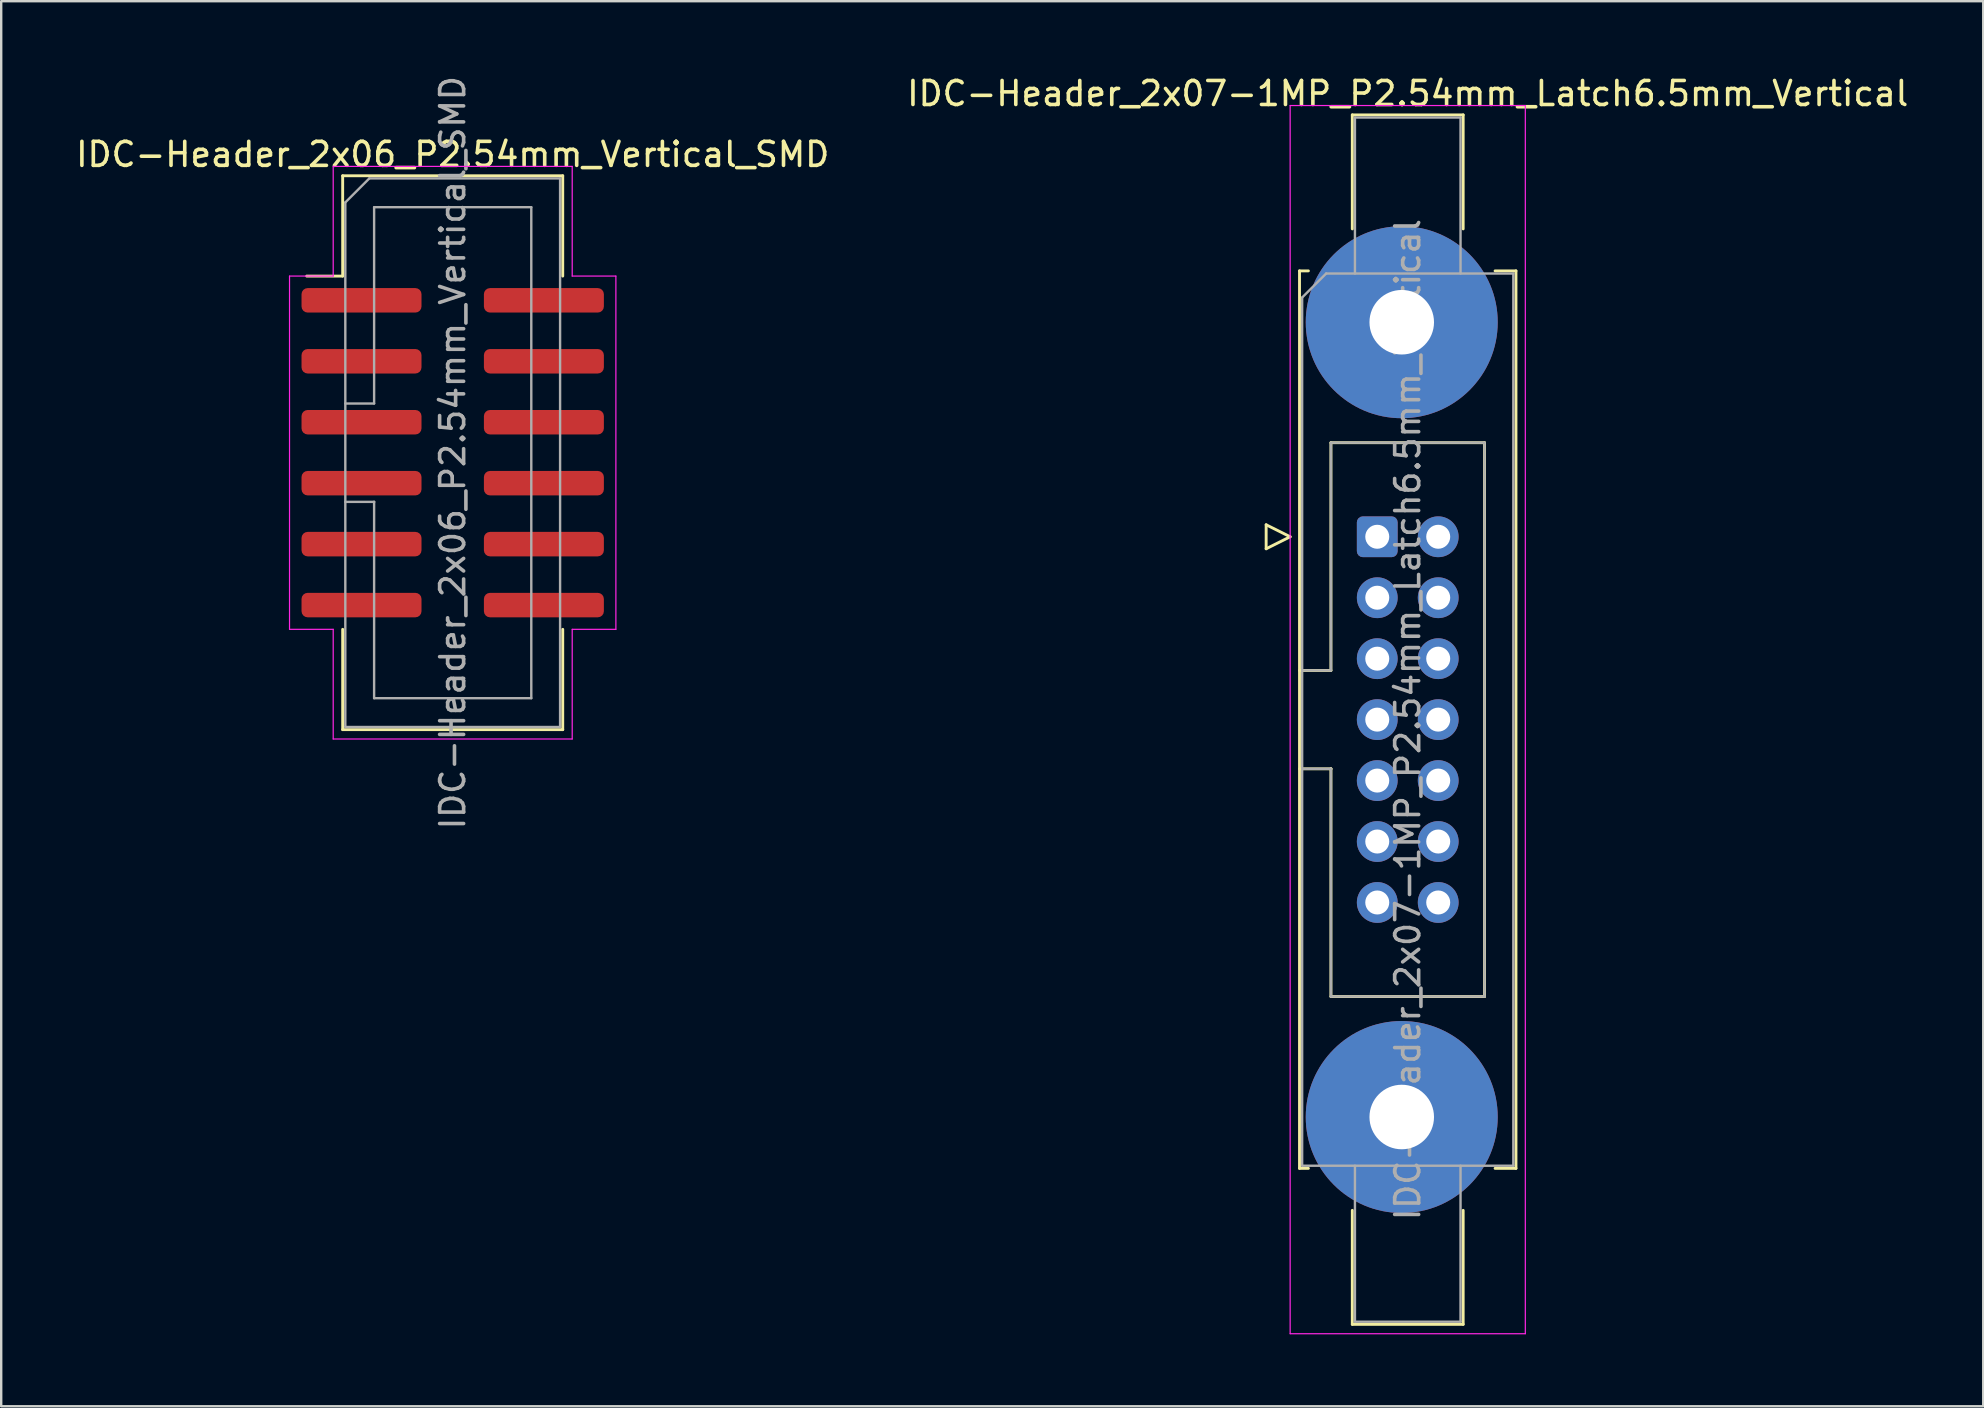
<source format=kicad_pcb>
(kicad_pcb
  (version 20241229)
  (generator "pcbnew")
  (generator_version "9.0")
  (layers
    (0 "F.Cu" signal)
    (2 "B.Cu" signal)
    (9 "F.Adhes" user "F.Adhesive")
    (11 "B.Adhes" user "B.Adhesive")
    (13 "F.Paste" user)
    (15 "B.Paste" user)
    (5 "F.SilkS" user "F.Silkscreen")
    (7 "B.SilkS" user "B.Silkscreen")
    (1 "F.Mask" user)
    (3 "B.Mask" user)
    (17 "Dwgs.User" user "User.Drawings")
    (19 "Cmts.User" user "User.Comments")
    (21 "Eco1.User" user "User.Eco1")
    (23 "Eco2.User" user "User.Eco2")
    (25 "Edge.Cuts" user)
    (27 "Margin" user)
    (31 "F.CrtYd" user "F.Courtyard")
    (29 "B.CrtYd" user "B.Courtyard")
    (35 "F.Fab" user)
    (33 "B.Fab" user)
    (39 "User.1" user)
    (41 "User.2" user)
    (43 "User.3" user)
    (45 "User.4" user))
  (footprint "IDC-Header_2x06_P2.54mm_Vertical_SMD"
    (layer "F.Cu")
    (at 15.815 15.815)
    (property "Reference" "IDC-Header_2x06_P2.54mm_Vertical_SMD" (at 0 -12.43 0) (layer "F.SilkS") (effects (font (size 1 1) (thickness 0.15))))
    (attr smd)
    (fp_line (start -4.585 -11.54) (end 4.585 -11.54) (stroke (width 0.12) (type solid)) (layer "F.SilkS"))
    (fp_line (start -4.585 -7.36) (end -6.085 -7.36) (stroke (width 0.12) (type solid)) (layer "F.SilkS"))
    (fp_line (start -4.585 -7.36) (end -4.585 -11.54) (stroke (width 0.12) (type solid)) (layer "F.SilkS"))
    (fp_line (start -4.585 7.36) (end -4.585 11.54) (stroke (width 0.12) (type solid)) (layer "F.SilkS"))
    (fp_line (start -4.585 11.54) (end 4.585 11.54) (stroke (width 0.12) (type solid)) (layer "F.SilkS"))
    (fp_line (start 4.585 -11.54) (end 4.585 -7.36) (stroke (width 0.12) (type solid)) (layer "F.SilkS"))
    (fp_line (start 4.585 11.54) (end 4.585 7.36) (stroke (width 0.12) (type solid)) (layer "F.SilkS"))
    (fp_line (start -6.8 -7.36) (end -6.8 7.36) (stroke (width 0.05) (type solid)) (layer "F.CrtYd"))
    (fp_line (start -6.8 7.36) (end -4.98 7.36) (stroke (width 0.05) (type solid)) (layer "F.CrtYd"))
    (fp_line (start -4.98 -11.93) (end -4.98 -7.36) (stroke (width 0.05) (type solid)) (layer "F.CrtYd"))
    (fp_line (start -4.98 -7.36) (end -6.8 -7.36) (stroke (width 0.05) (type solid)) (layer "F.CrtYd"))
    (fp_line (start -4.98 7.36) (end -4.98 11.93) (stroke (width 0.05) (type solid)) (layer "F.CrtYd"))
    (fp_line (start -4.98 11.93) (end 4.98 11.93) (stroke (width 0.05) (type solid)) (layer "F.CrtYd"))
    (fp_line (start 4.98 -11.93) (end -4.98 -11.93) (stroke (width 0.05) (type solid)) (layer "F.CrtYd"))
    (fp_line (start 4.98 -7.36) (end 4.98 -11.93) (stroke (width 0.05) (type solid)) (layer "F.CrtYd"))
    (fp_line (start 4.98 7.36) (end 6.8 7.36) (stroke (width 0.05) (type solid)) (layer "F.CrtYd"))
    (fp_line (start 4.98 11.93) (end 4.98 7.36) (stroke (width 0.05) (type solid)) (layer "F.CrtYd"))
    (fp_line (start 6.8 -7.36) (end 4.98 -7.36) (stroke (width 0.05) (type solid)) (layer "F.CrtYd"))
    (fp_line (start 6.8 7.36) (end 6.8 -7.36) (stroke (width 0.05) (type solid)) (layer "F.CrtYd"))
    (fp_line (start -4.475 -10.43) (end -3.475 -11.43) (stroke (width 0.1) (type solid)) (layer "F.Fab"))
    (fp_line (start -4.475 -2.05) (end -3.275 -2.05) (stroke (width 0.1) (type solid)) (layer "F.Fab"))
    (fp_line (start -4.475 11.43) (end -4.475 -10.43) (stroke (width 0.1) (type solid)) (layer "F.Fab"))
    (fp_line (start -3.475 -11.43) (end 4.475 -11.43) (stroke (width 0.1) (type solid)) (layer "F.Fab"))
    (fp_line (start -3.275 -10.23) (end 3.275 -10.23) (stroke (width 0.1) (type solid)) (layer "F.Fab"))
    (fp_line (start -3.275 -2.05) (end -3.275 -10.23) (stroke (width 0.1) (type solid)) (layer "F.Fab"))
    (fp_line (start -3.275 2.05) (end -4.475 2.05) (stroke (width 0.1) (type solid)) (layer "F.Fab"))
    (fp_line (start -3.275 2.05) (end -3.275 2.05) (stroke (width 0.1) (type solid)) (layer "F.Fab"))
    (fp_line (start -3.275 10.23) (end -3.275 2.05) (stroke (width 0.1) (type solid)) (layer "F.Fab"))
    (fp_line (start 3.275 -10.23) (end 3.275 10.23) (stroke (width 0.1) (type solid)) (layer "F.Fab"))
    (fp_line (start 3.275 10.23) (end -3.275 10.23) (stroke (width 0.1) (type solid)) (layer "F.Fab"))
    (fp_line (start 4.475 -11.43) (end 4.475 11.43) (stroke (width 0.1) (type solid)) (layer "F.Fab"))
    (fp_line (start 4.475 11.43) (end -4.475 11.43) (stroke (width 0.1) (type solid)) (layer "F.Fab"))
    (fp_text user "${REFERENCE}" (at 0 0 90) (layer "F.Fab") (effects (font (size 1 1) (thickness 0.15))))
    (pad "1" smd roundrect (at -3.8 -6.35) (size 5 1.02) (layers "F.Cu" "F.Mask" "F.Paste") (roundrect_rratio 0.25))
    (pad "2" smd roundrect (at 3.8 -6.35) (size 5 1.02) (layers "F.Cu" "F.Mask" "F.Paste") (roundrect_rratio 0.25))
    (pad "3" smd roundrect (at -3.8 -3.81) (size 5 1.02) (layers "F.Cu" "F.Mask" "F.Paste") (roundrect_rratio 0.25))
    (pad "4" smd roundrect (at 3.8 -3.81) (size 5 1.02) (layers "F.Cu" "F.Mask" "F.Paste") (roundrect_rratio 0.25))
    (pad "5" smd roundrect (at -3.8 -1.27) (size 5 1.02) (layers "F.Cu" "F.Mask" "F.Paste") (roundrect_rratio 0.25))
    (pad "6" smd roundrect (at 3.8 -1.27) (size 5 1.02) (layers "F.Cu" "F.Mask" "F.Paste") (roundrect_rratio 0.25))
    (pad "7" smd roundrect (at -3.8 1.27) (size 5 1.02) (layers "F.Cu" "F.Mask" "F.Paste") (roundrect_rratio 0.25))
    (pad "8" smd roundrect (at 3.8 1.27) (size 5 1.02) (layers "F.Cu" "F.Mask" "F.Paste") (roundrect_rratio 0.25))
    (pad "9" smd roundrect (at -3.8 3.81) (size 5 1.02) (layers "F.Cu" "F.Mask" "F.Paste") (roundrect_rratio 0.25))
    (pad "10" smd roundrect (at 3.8 3.81) (size 5 1.02) (layers "F.Cu" "F.Mask" "F.Paste") (roundrect_rratio 0.25))
    (pad "11" smd roundrect (at -3.8 6.35) (size 5 1.02) (layers "F.Cu" "F.Mask" "F.Paste") (roundrect_rratio 0.25))
    (pad "12" smd roundrect (at 3.8 6.35) (size 5 1.02) (layers "F.Cu" "F.Mask" "F.Paste") (roundrect_rratio 0.25)))
  (footprint "IDC-Header_2x07-1MP_P2.54mm_Latch6.5mm_Vertical"
    (layer "F.Cu")
    (at 54.343 19.318)
    (property "Reference" "IDC-Header_2x07-1MP_P2.54mm_Latch6.5mm_Vertical" (at 1.27 -18.47 0) (layer "F.SilkS") (effects (font (size 1 1) (thickness 0.15))))
    (attr through_hole)
    (fp_line (start -4.63 -0.5) (end -4.63 0.5) (stroke (width 0.12) (type solid)) (layer "F.SilkS"))
    (fp_line (start -4.63 0.5) (end -3.63 0) (stroke (width 0.12) (type solid)) (layer "F.SilkS"))
    (fp_line (start -3.63 0) (end -4.63 -0.5) (stroke (width 0.12) (type solid)) (layer "F.SilkS"))
    (fp_line (start -3.24 -11.08) (end -3.24 26.32) (stroke (width 0.12) (type solid)) (layer "F.SilkS"))
    (fp_line (start -3.24 5.57) (end -1.93 5.57) (stroke (width 0.12) (type solid)) (layer "F.SilkS"))
    (fp_line (start -3.24 26.32) (end -2.87 26.32) (stroke (width 0.12) (type solid)) (layer "F.SilkS"))
    (fp_line (start -2.87 -11.08) (end -3.24 -11.08) (stroke (width 0.12) (type solid)) (layer "F.SilkS"))
    (fp_line (start -1.93 -3.92) (end 4.47 -3.92) (stroke (width 0.12) (type solid)) (layer "F.SilkS"))
    (fp_line (start -1.93 5.57) (end -1.93 -3.92) (stroke (width 0.12) (type solid)) (layer "F.SilkS"))
    (fp_line (start -1.93 9.67) (end -3.24 9.67) (stroke (width 0.12) (type solid)) (layer "F.SilkS"))
    (fp_line (start -1.93 9.67) (end -1.93 9.67) (stroke (width 0.12) (type solid)) (layer "F.SilkS"))
    (fp_line (start -1.93 19.16) (end -1.93 9.67) (stroke (width 0.12) (type solid)) (layer "F.SilkS"))
    (fp_line (start -1.04 -17.58) (end 3.58 -17.58) (stroke (width 0.12) (type solid)) (layer "F.SilkS"))
    (fp_line (start -1.04 -12.83) (end -1.04 -17.58) (stroke (width 0.12) (type solid)) (layer "F.SilkS"))
    (fp_line (start -1.04 28.07) (end -1.04 32.82) (stroke (width 0.12) (type solid)) (layer "F.SilkS"))
    (fp_line (start -1.04 32.82) (end 3.58 32.82) (stroke (width 0.12) (type solid)) (layer "F.SilkS"))
    (fp_line (start 3.58 -17.58) (end 3.58 -12.83) (stroke (width 0.12) (type solid)) (layer "F.SilkS"))
    (fp_line (start 3.58 32.82) (end 3.58 28.07) (stroke (width 0.12) (type solid)) (layer "F.SilkS"))
    (fp_line (start 4.47 -3.92) (end 4.47 19.16) (stroke (width 0.12) (type solid)) (layer "F.SilkS"))
    (fp_line (start 4.47 19.16) (end -1.93 19.16) (stroke (width 0.12) (type solid)) (layer "F.SilkS"))
    (fp_line (start 4.91 -11.08) (end 5.78 -11.08) (stroke (width 0.12) (type solid)) (layer "F.SilkS"))
    (fp_line (start 5.78 -11.08) (end 5.78 26.32) (stroke (width 0.12) (type solid)) (layer "F.SilkS"))
    (fp_line (start 5.78 26.32) (end 4.91 26.32) (stroke (width 0.12) (type solid)) (layer "F.SilkS"))
    (fp_line (start -3.63 -17.97) (end -3.63 33.21) (stroke (width 0.05) (type solid)) (layer "F.CrtYd"))
    (fp_line (start -3.63 33.21) (end 6.17 33.21) (stroke (width 0.05) (type solid)) (layer "F.CrtYd"))
    (fp_line (start 6.17 -17.97) (end -3.63 -17.97) (stroke (width 0.05) (type solid)) (layer "F.CrtYd"))
    (fp_line (start 6.17 33.21) (end 6.17 -17.97) (stroke (width 0.05) (type solid)) (layer "F.CrtYd"))
    (fp_line (start -3.13 -9.97) (end -2.13 -10.97) (stroke (width 0.1) (type solid)) (layer "F.Fab"))
    (fp_line (start -3.13 5.57) (end -1.93 5.57) (stroke (width 0.1) (type solid)) (layer "F.Fab"))
    (fp_line (start -3.13 26.21) (end -3.13 -9.97) (stroke (width 0.1) (type solid)) (layer "F.Fab"))
    (fp_line (start -2.13 -10.97) (end 5.67 -10.97) (stroke (width 0.1) (type solid)) (layer "F.Fab"))
    (fp_line (start -1.93 -3.92) (end 4.47 -3.92) (stroke (width 0.1) (type solid)) (layer "F.Fab"))
    (fp_line (start -1.93 5.57) (end -1.93 -3.92) (stroke (width 0.1) (type solid)) (layer "F.Fab"))
    (fp_line (start -1.93 9.67) (end -3.13 9.67) (stroke (width 0.1) (type solid)) (layer "F.Fab"))
    (fp_line (start -1.93 9.67) (end -1.93 9.67) (stroke (width 0.1) (type solid)) (layer "F.Fab"))
    (fp_line (start -1.93 19.16) (end -1.93 9.67) (stroke (width 0.1) (type solid)) (layer "F.Fab"))
    (fp_line (start -0.93 -17.47) (end 3.47 -17.47) (stroke (width 0.1) (type solid)) (layer "F.Fab"))
    (fp_line (start -0.93 -10.97) (end -0.93 -17.47) (stroke (width 0.1) (type solid)) (layer "F.Fab"))
    (fp_line (start -0.93 26.21) (end -0.93 32.71) (stroke (width 0.1) (type solid)) (layer "F.Fab"))
    (fp_line (start -0.93 32.71) (end 3.47 32.71) (stroke (width 0.1) (type solid)) (layer "F.Fab"))
    (fp_line (start 3.47 -17.47) (end 3.47 -10.97) (stroke (width 0.1) (type solid)) (layer "F.Fab"))
    (fp_line (start 3.47 32.71) (end 3.47 26.21) (stroke (width 0.1) (type solid)) (layer "F.Fab"))
    (fp_line (start 4.47 -3.92) (end 4.47 19.16) (stroke (width 0.1) (type solid)) (layer "F.Fab"))
    (fp_line (start 4.47 19.16) (end -1.93 19.16) (stroke (width 0.1) (type solid)) (layer "F.Fab"))
    (fp_line (start 5.67 -10.97) (end 5.67 26.21) (stroke (width 0.1) (type solid)) (layer "F.Fab"))
    (fp_line (start 5.67 26.21) (end -3.13 26.21) (stroke (width 0.1) (type solid)) (layer "F.Fab"))
    (fp_text user "${REFERENCE}" (at 1.27 7.62 90) (layer "F.Fab") (effects (font (size 1 1) (thickness 0.15))))
    (pad "1" thru_hole roundrect (at 0 0) (size 1.7 1.7) (drill 1) (layers "*.Cu" "*.Mask") (roundrect_rratio 0.147))
    (pad "2" thru_hole circle (at 2.54 0) (size 1.7 1.7) (drill 1) (layers "*.Cu" "*.Mask"))
    (pad "3" thru_hole circle (at 0 2.54) (size 1.7 1.7) (drill 1) (layers "*.Cu" "*.Mask"))
    (pad "4" thru_hole circle (at 2.54 2.54) (size 1.7 1.7) (drill 1) (layers "*.Cu" "*.Mask"))
    (pad "5" thru_hole circle (at 0 5.08) (size 1.7 1.7) (drill 1) (layers "*.Cu" "*.Mask"))
    (pad "6" thru_hole circle (at 2.54 5.08) (size 1.7 1.7) (drill 1) (layers "*.Cu" "*.Mask"))
    (pad "7" thru_hole circle (at 0 7.62) (size 1.7 1.7) (drill 1) (layers "*.Cu" "*.Mask"))
    (pad "8" thru_hole circle (at 2.54 7.62) (size 1.7 1.7) (drill 1) (layers "*.Cu" "*.Mask"))
    (pad "9" thru_hole circle (at 0 10.16) (size 1.7 1.7) (drill 1) (layers "*.Cu" "*.Mask"))
    (pad "10" thru_hole circle (at 2.54 10.16) (size 1.7 1.7) (drill 1) (layers "*.Cu" "*.Mask"))
    (pad "11" thru_hole circle (at 0 12.7) (size 1.7 1.7) (drill 1) (layers "*.Cu" "*.Mask"))
    (pad "12" thru_hole circle (at 2.54 12.7) (size 1.7 1.7) (drill 1) (layers "*.Cu" "*.Mask"))
    (pad "13" thru_hole circle (at 0 15.24) (size 1.7 1.7) (drill 1) (layers "*.Cu" "*.Mask"))
    (pad "14" thru_hole circle (at 2.54 15.24) (size 1.7 1.7) (drill 1) (layers "*.Cu" "*.Mask"))
    (pad "MP" thru_hole circle (at 1.02 -8.94) (size 8 8) (drill 2.69) (layers "*.Cu" "*.Mask"))
    (pad "MP" thru_hole circle (at 1.02 24.18) (size 8 8) (drill 2.69) (layers "*.Cu" "*.Mask")))
  (gr_rect
    (start -3 -3)
    (end 79.595 55.553)
    (stroke (width 0.1) (type default))
    (fill no)
    (layer "Edge.Cuts")))
</source>
